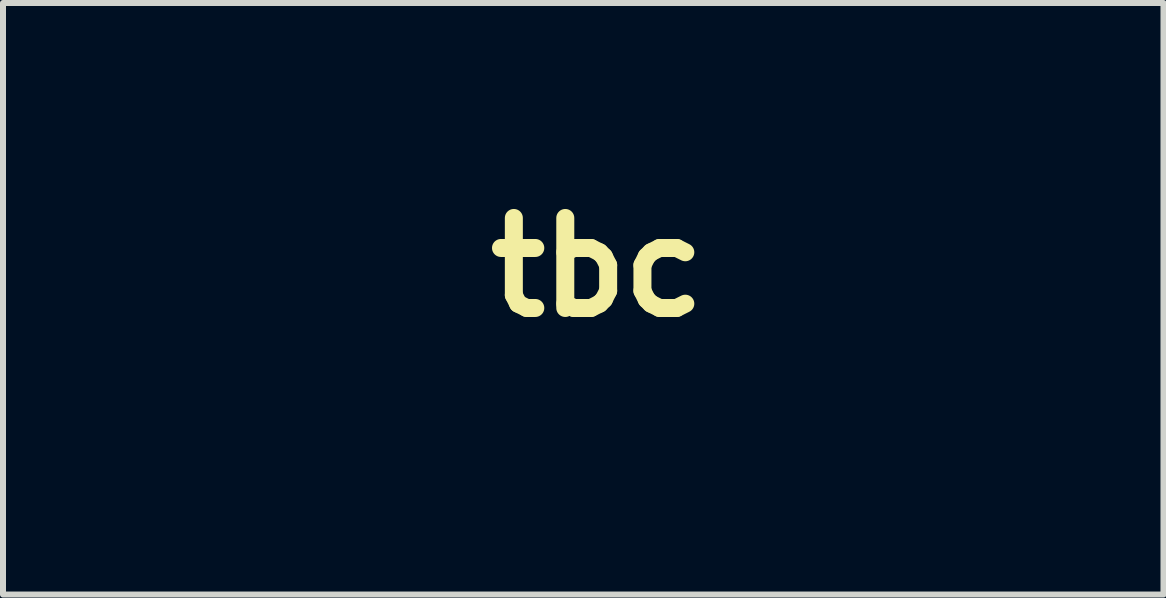
<source format=kicad_pcb>
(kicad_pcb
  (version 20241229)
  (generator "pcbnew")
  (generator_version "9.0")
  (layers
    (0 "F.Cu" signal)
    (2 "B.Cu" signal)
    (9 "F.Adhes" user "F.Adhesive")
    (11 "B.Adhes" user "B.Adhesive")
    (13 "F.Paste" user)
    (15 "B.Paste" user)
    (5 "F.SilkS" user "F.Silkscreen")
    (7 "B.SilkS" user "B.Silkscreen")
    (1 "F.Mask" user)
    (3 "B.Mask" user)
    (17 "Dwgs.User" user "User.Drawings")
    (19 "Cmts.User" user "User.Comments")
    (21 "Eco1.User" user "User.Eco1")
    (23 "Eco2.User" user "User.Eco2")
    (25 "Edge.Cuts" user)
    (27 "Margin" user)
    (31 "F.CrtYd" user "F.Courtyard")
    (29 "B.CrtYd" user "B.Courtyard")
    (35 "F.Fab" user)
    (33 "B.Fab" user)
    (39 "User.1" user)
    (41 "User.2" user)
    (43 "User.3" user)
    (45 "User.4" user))
  (footprint "tbc"
    (layer "F.Cu")
    (at 6.906 1.404)
    (property "Reference" "tbc" (at 0 0 0) (layer "F.SilkS") (effects (font (size 1.5 1.5) (thickness 0.3))))
    (attr board_only exclude_from_pos_files exclude_from_bom)
    (fp_poly (pts (xy -6.831 0.951) (xy -6.841 0.961) (xy -6.851 0.951) (xy -6.841 0.941)) (stroke (width 0) (type solid)) (fill yes) (layer "F.Mask"))
    (fp_poly (pts (xy -6.749 0.89) (xy -6.759 0.9) (xy -6.769 0.89) (xy -6.759 0.879)) (stroke (width 0) (type solid)) (fill yes) (layer "F.Mask"))
    (fp_poly (pts (xy -6.728 1.278) (xy -6.739 1.288) (xy -6.749 1.278) (xy -6.739 1.268)) (stroke (width 0) (type solid)) (fill yes) (layer "F.Mask"))
    (fp_poly (pts (xy -6.708 0.869) (xy -6.718 0.879) (xy -6.728 0.869) (xy -6.718 0.859)) (stroke (width 0) (type solid)) (fill yes) (layer "F.Mask"))
    (fp_poly (pts (xy -6.687 1.34) (xy -6.698 1.35) (xy -6.708 1.34) (xy -6.698 1.329)) (stroke (width 0) (type solid)) (fill yes) (layer "F.Mask"))
    (fp_poly (pts (xy -6.544 0.685) (xy -6.555 0.695) (xy -6.565 0.685) (xy -6.555 0.675)) (stroke (width 0) (type solid)) (fill yes) (layer "F.Mask"))
    (fp_poly (pts (xy -6.503 0.644) (xy -6.514 0.654) (xy -6.524 0.644) (xy -6.514 0.634)) (stroke (width 0) (type solid)) (fill yes) (layer "F.Mask"))
    (fp_poly (pts (xy -6.36 0.562) (xy -6.37 0.573) (xy -6.381 0.562) (xy -6.37 0.552)) (stroke (width 0) (type solid)) (fill yes) (layer "F.Mask"))
    (fp_poly (pts (xy -6.319 0.44) (xy -6.33 0.45) (xy -6.34 0.44) (xy -6.33 0.429)) (stroke (width 0) (type solid)) (fill yes) (layer "F.Mask"))
    (fp_poly (pts (xy -6.278 0.399) (xy -6.289 0.409) (xy -6.299 0.399) (xy -6.289 0.389)) (stroke (width 0) (type solid)) (fill yes) (layer "F.Mask"))
    (fp_poly (pts (xy -6.197 0.317) (xy -6.207 0.327) (xy -6.217 0.317) (xy -6.207 0.307)) (stroke (width 0) (type solid)) (fill yes) (layer "F.Mask"))
    (fp_poly (pts (xy -5.951 0.092) (xy -5.961 0.102) (xy -5.972 0.092) (xy -5.961 0.082)) (stroke (width 0) (type solid)) (fill yes) (layer "F.Mask"))
    (fp_poly (pts (xy -5.215 1.851) (xy -5.225 1.861) (xy -5.235 1.851) (xy -5.225 1.841)) (stroke (width 0) (type solid)) (fill yes) (layer "F.Mask"))
    (fp_poly (pts (xy -4.581 1.851) (xy -4.591 1.861) (xy -4.601 1.851) (xy -4.591 1.841)) (stroke (width 0) (type solid)) (fill yes) (layer "F.Mask"))
    (fp_poly (pts (xy -4.008 1.851) (xy -4.019 1.861) (xy -4.029 1.851) (xy -4.019 1.841)) (stroke (width 0) (type solid)) (fill yes) (layer "F.Mask"))
    (fp_poly (pts (xy -3.272 0.378) (xy -3.282 0.389) (xy -3.293 0.378) (xy -3.282 0.368)) (stroke (width 0) (type solid)) (fill yes) (layer "F.Mask"))
    (fp_poly (pts (xy -1.329 1.851) (xy -1.34 1.861) (xy -1.35 1.851) (xy -1.34 1.841)) (stroke (width 0) (type solid)) (fill yes) (layer "F.Mask"))
    (fp_poly (pts (xy -6.039 0.192) (xy -6.045 0.201) (xy -6.065 0.203) (xy -6.087 0.198) (xy -6.078 0.191) (xy -6.046 0.188)) (stroke (width 0) (type solid)) (fill yes) (layer "F.Mask"))
    (fp_poly (pts (xy -6.871 1.018) (xy -6.865 1.029) (xy -6.87 1.053) (xy -6.88 1.057) (xy -6.903 1.04) (xy -6.906 1.029) (xy -6.897 1.004) (xy -6.891 1.002)) (stroke (width 0) (type solid)) (fill yes) (layer "F.Mask"))
    (fp_poly (pts (xy -6.653 0.77) (xy -6.657 0.777) (xy -6.676 0.797) (xy -6.68 0.798) (xy -6.681 0.784) (xy -6.677 0.777) (xy -6.658 0.758) (xy -6.654 0.757)) (stroke (width 0) (type solid)) (fill yes) (layer "F.Mask"))
    (fp_poly (pts (xy -2.849 0.892) (xy -2.821 0.911) (xy -2.806 0.938) (xy -2.817 0.963) (xy -2.85 0.994) (xy -2.907 1.035) (xy -2.944 1.041) (xy -2.961 1.012) (xy -2.962 0.966) (xy -2.953 0.914) (xy -2.933 0.891) (xy -2.902 0.883)) (stroke (width 0) (type solid)) (fill yes) (layer "F.Mask"))
    (fp_poly (pts (xy 2.209 1.07) (xy 2.24 1.085) (xy 2.241 1.086) (xy 2.239 1.114) (xy 2.208 1.136) (xy 2.158 1.145) (xy 2.109 1.136) (xy 2.088 1.127) (xy 2.069 1.102) (xy 2.085 1.079) (xy 2.128 1.065) (xy 2.158 1.063)) (stroke (width 0) (type solid)) (fill yes) (layer "F.Mask"))
    (fp_poly (pts (xy -2.297 1.155) (xy -2.285 1.163) (xy -2.274 1.191) (xy -2.3 1.216) (xy -2.365 1.24) (xy -2.377 1.244) (xy -2.437 1.254) (xy -2.466 1.245) (xy -2.467 1.243) (xy -2.465 1.215) (xy -2.435 1.187) (xy -2.389 1.164) (xy -2.339 1.152)) (stroke (width 0) (type solid)) (fill yes) (layer "F.Mask"))
    (fp_poly (pts (xy 2.881 1.16) (xy 2.911 1.172) (xy 2.92 1.192) (xy 2.911 1.238) (xy 2.872 1.282) (xy 2.814 1.319) (xy 2.748 1.342) (xy 2.685 1.347) (xy 2.641 1.333) (xy 2.618 1.299) (xy 2.626 1.259) (xy 2.662 1.22) (xy 2.716 1.186) (xy 2.785 1.164) (xy 2.822 1.16)) (stroke (width 0) (type solid)) (fill yes) (layer "F.Mask"))
    (fp_poly (pts (xy -3.57 1.111) (xy -3.554 1.131) (xy -3.547 1.154) (xy -3.552 1.206) (xy -3.586 1.249) (xy -3.64 1.278) (xy -3.701 1.289) (xy -3.76 1.278) (xy -3.792 1.256) (xy -3.82 1.208) (xy -3.819 1.16) (xy -3.799 1.132) (xy -3.765 1.12) (xy -3.706 1.11) (xy -3.667 1.107) (xy -3.604 1.105)) (stroke (width 0) (type solid)) (fill yes) (layer "F.Mask"))
    (fp_poly (pts (xy -0.755 1.158) (xy -0.711 1.187) (xy -0.676 1.225) (xy -0.662 1.261) (xy -0.664 1.269) (xy -0.687 1.297) (xy -0.729 1.331) (xy -0.774 1.36) (xy -0.803 1.37) (xy -0.823 1.357) (xy -0.834 1.345) (xy -0.846 1.306) (xy -0.844 1.252) (xy -0.83 1.197) (xy -0.809 1.158) (xy -0.795 1.15)) (stroke (width 0) (type solid)) (fill yes) (layer "F.Mask"))
    (fp_poly (pts (xy -2.829 1.159) (xy -2.775 1.189) (xy -2.728 1.233) (xy -2.702 1.278) (xy -2.7 1.292) (xy -2.719 1.326) (xy -2.775 1.366) (xy -2.801 1.38) (xy -2.87 1.413) (xy -2.913 1.428) (xy -2.941 1.423) (xy -2.965 1.4) (xy -2.974 1.386) (xy -3.002 1.32) (xy -2.998 1.254) (xy -2.97 1.198) (xy -2.922 1.161) (xy -2.86 1.151)) (stroke (width 0) (type solid)) (fill yes) (layer "F.Mask"))
    (fp_poly (pts (xy 4.422 0.529) (xy 4.454 0.58) (xy 4.499 0.658) (xy 4.553 0.761) (xy 4.615 0.882) (xy 4.683 1.018) (xy 4.753 1.164) (xy 4.815 1.299) (xy 4.851 1.377) (xy 4.883 1.444) (xy 4.904 1.488) (xy 4.909 1.496) (xy 4.926 1.533) (xy 4.952 1.593) (xy 4.977 1.655) (xy 5.005 1.729) (xy 5.013 1.773) (xy 5.004 1.794) (xy 4.975 1.8) (xy 4.915 1.804) (xy 4.834 1.808) (xy 4.741 1.81) (xy 4.646 1.81) (xy 4.559 1.808) (xy 4.489 1.805) (xy 4.469 1.803) (xy 4.423 1.795) (xy 4.393 1.779) (xy 4.375 1.748) (xy 4.367 1.695) (xy 4.366 1.611) (xy 4.367 1.549) (xy 4.369 1.46) (xy 4.371 1.341) (xy 4.373 1.204) (xy 4.374 1.058) (xy 4.375 0.925) (xy 4.376 0.781) (xy 4.378 0.673) (xy 4.381 0.597) (xy 4.386 0.547) (xy 4.393 0.52) (xy 4.403 0.511) (xy 4.404 0.511)) (stroke (width 0) (type solid)) (fill yes) (layer "F.Mask"))
    (fp_poly (pts (xy 6.096 0.358) (xy 6.191 0.362) (xy 6.282 0.368) (xy 6.359 0.376) (xy 6.413 0.385) (xy 6.433 0.393) (xy 6.432 0.418) (xy 6.417 0.471) (xy 6.389 0.543) (xy 6.354 0.627) (xy 6.315 0.713) (xy 6.276 0.794) (xy 6.24 0.861) (xy 6.212 0.906) (xy 6.196 0.92) (xy 6.179 0.937) (xy 6.176 0.955) (xy 6.167 0.987) (xy 6.143 1.047) (xy 6.107 1.125) (xy 6.065 1.212) (xy 6.021 1.299) (xy 5.98 1.377) (xy 5.945 1.437) (xy 5.921 1.471) (xy 5.919 1.474) (xy 5.895 1.513) (xy 5.89 1.542) (xy 5.879 1.588) (xy 5.855 1.622) (xy 5.825 1.636) (xy 5.802 1.621) (xy 5.8 1.597) (xy 5.799 1.537) (xy 5.798 1.445) (xy 5.798 1.325) (xy 5.798 1.184) (xy 5.8 1.024) (xy 5.801 0.85) (xy 5.804 0.668) (xy 5.806 0.489) (xy 5.808 0.374) (xy 5.936 0.362) (xy 6.008 0.358)) (stroke (width 0) (type solid)) (fill yes) (layer "F.Mask"))
    (fp_poly (pts (xy 5.31 0.348) (xy 5.413 0.353) (xy 5.483 0.362) (xy 5.522 0.377) (xy 5.535 0.397) (xy 5.534 0.406) (xy 5.531 0.435) (xy 5.528 0.498) (xy 5.525 0.592) (xy 5.523 0.711) (xy 5.521 0.849) (xy 5.519 1) (xy 5.518 1.043) (xy 5.517 1.199) (xy 5.514 1.344) (xy 5.512 1.473) (xy 5.509 1.579) (xy 5.506 1.657) (xy 5.502 1.701) (xy 5.502 1.706) (xy 5.483 1.758) (xy 5.455 1.771) (xy 5.418 1.743) (xy 5.401 1.721) (xy 5.373 1.675) (xy 5.358 1.643) (xy 5.358 1.64) (xy 5.349 1.612) (xy 5.325 1.562) (xy 5.307 1.531) (xy 5.278 1.473) (xy 5.259 1.427) (xy 5.256 1.413) (xy 5.243 1.374) (xy 5.228 1.351) (xy 5.207 1.316) (xy 5.178 1.256) (xy 5.153 1.196) (xy 5.121 1.122) (xy 5.077 1.028) (xy 5.029 0.929) (xy 5.009 0.89) (xy 4.925 0.728) (xy 4.857 0.595) (xy 4.802 0.484) (xy 4.788 0.456) (xy 4.773 0.421) (xy 4.767 0.395) (xy 4.775 0.376) (xy 4.803 0.363) (xy 4.854 0.355) (xy 4.933 0.351) (xy 5.044 0.349) (xy 5.17 0.348)) (stroke (width 0) (type solid)) (fill yes) (layer "F.Mask"))
    (fp_poly (pts (xy -5.477 -0.307) (xy -5.468 -0.302) (xy -5.462 -0.288) (xy -5.459 -0.258) (xy -5.458 -0.206) (xy -5.458 -0.127) (xy -5.46 -0.015) (xy -5.46 0.027) (xy -5.461 0.144) (xy -5.46 0.226) (xy -5.455 0.282) (xy -5.447 0.319) (xy -5.434 0.342) (xy -5.429 0.348) (xy -5.417 0.359) (xy -5.4 0.368) (xy -5.372 0.374) (xy -5.33 0.379) (xy -5.269 0.383) (xy -5.185 0.385) (xy -5.073 0.387) (xy -4.928 0.388) (xy -4.768 0.389) (xy -4.611 0.39) (xy -4.466 0.39) (xy -4.339 0.391) (xy -4.235 0.391) (xy -4.159 0.391) (xy -4.117 0.391) (xy -4.111 0.391) (xy -4.08 0.39) (xy -4.017 0.389) (xy -3.929 0.386) (xy -3.825 0.384) (xy -3.783 0.382) (xy -3.685 0.38) (xy -3.608 0.381) (xy -3.559 0.383) (xy -3.542 0.387) (xy -3.548 0.389) (xy -3.556 0.395) (xy -3.526 0.4) (xy -3.462 0.403) (xy -3.367 0.405) (xy -3.364 0.405) (xy -3.256 0.404) (xy -3.189 0.4) (xy -3.162 0.394) (xy -3.17 0.387) (xy -3.197 0.376) (xy -3.189 0.374) (xy -3.149 0.379) (xy -3.102 0.383) (xy -3.024 0.388) (xy -2.926 0.392) (xy -2.818 0.396) (xy -2.802 0.397) (xy -2.699 0.399) (xy -2.636 0.4) (xy -2.612 0.398) (xy -2.628 0.394) (xy -2.659 0.389) (xy -2.706 0.383) (xy -2.723 0.379) (xy -2.707 0.377) (xy -2.656 0.376) (xy -2.567 0.376) (xy -2.533 0.376) (xy -2.438 0.378) (xy -2.362 0.382) (xy -2.313 0.388) (xy -2.297 0.394) (xy -2.298 0.395) (xy -2.299 0.402) (xy -2.27 0.396) (xy -2.245 0.394) (xy -2.182 0.393) (xy -2.083 0.391) (xy -1.975 0.39) (xy -1.984 0.399) (xy -1.974 0.409) (xy -1.969 0.404) (xy -0.4 0.404) (xy -0.38 0.407) (xy -0.354 0.404) (xy -0.353 0.397) (xy -0.381 0.392) (xy -0.392 0.395) (xy -0.4 0.404) (xy -1.969 0.404) (xy -1.963 0.399) (xy -1.972 0.39) (xy -1.952 0.39) (xy -1.791 0.389) (xy -1.603 0.388) (xy -1.391 0.387) (xy -1.157 0.387) (xy -0.904 0.386) (xy -0.634 0.386) (xy -0.351 0.385) (xy -0.057 0.385) (xy 0.245 0.385) (xy 0.552 0.385) (xy 0.862 0.385) (xy 1.172 0.385) (xy 1.48 0.386) (xy 1.781 0.386) (xy 2.075 0.387) (xy 2.358 0.387) (xy 2.627 0.388) (xy 2.88 0.389) (xy 3.114 0.39) (xy 3.326 0.391) (xy 3.513 0.392) (xy 3.673 0.393) (xy 3.804 0.395) (xy 3.902 0.396) (xy 3.964 0.398) (xy 3.988 0.399) (xy 3.989 0.399) (xy 3.993 0.422) (xy 3.995 0.479) (xy 3.997 0.566) (xy 3.997 0.677) (xy 3.996 0.805) (xy 3.994 0.946) (xy 3.991 1.093) (xy 3.988 1.24) (xy 3.983 1.383) (xy 3.979 1.514) (xy 3.974 1.629) (xy 3.969 1.721) (xy 3.964 1.785) (xy 3.958 1.815) (xy 3.958 1.816) (xy 3.936 1.818) (xy 3.876 1.82) (xy 3.781 1.822) (xy 3.653 1.823) (xy 3.496 1.825) (xy 3.312 1.827) (xy 3.104 1.828) (xy 2.875 1.83) (xy 2.627 1.831) (xy 2.364 1.833) (xy 2.088 1.834) (xy 1.803 1.835) (xy 1.51 1.836) (xy 1.213 1.837) (xy 0.914 1.837) (xy 0.617 1.838) (xy 0.324 1.838) (xy 0.038 1.839) (xy -0.238 1.839) (xy -0.501 1.839) (xy -0.749 1.838) (xy -0.979 1.838) (xy -1.187 1.837) (xy -1.372 1.836) (xy -1.53 1.835) (xy -1.619 1.834) (xy -1.739 1.834) (xy -1.837 1.836) (xy -1.907 1.839) (xy -1.944 1.845) (xy -1.948 1.849) (xy -1.949 1.858) (xy -1.957 1.855) (xy -1.98 1.853) (xy -2.041 1.85) (xy -2.136 1.848) (xy -2.262 1.846) (xy -2.415 1.844) (xy -2.592 1.842) (xy -2.789 1.84) (xy -3.004 1.838) (xy -3.232 1.837) (xy -3.359 1.836) (xy -3.592 1.835) (xy -3.812 1.834) (xy -4.016 1.832) (xy -4.2 1.83) (xy -4.362 1.828) (xy -4.497 1.826) (xy -4.604 1.823) (xy -4.678 1.821) (xy -4.716 1.819) (xy -4.72 1.818) (xy -4.73 1.813) (xy -4.772 1.81) (xy -4.839 1.809) (xy -4.922 1.809) (xy -5.013 1.811) (xy -5.104 1.814) (xy -5.187 1.819) (xy -5.253 1.824) (xy -5.293 1.829) (xy -5.359 1.833) (xy -5.39 1.819) (xy -5.419 1.802) (xy -5.429 1.802) (xy -5.432 1.824) (xy -5.437 1.88) (xy -5.443 1.963) (xy -5.448 2.065) (xy -5.452 2.132) (xy -5.457 2.253) (xy -5.462 2.339) (xy -5.468 2.396) (xy -5.475 2.431) (xy -5.485 2.448) (xy -5.499 2.453) (xy -5.514 2.454) (xy -5.551 2.447) (xy -5.563 2.435) (xy -5.577 2.412) (xy -5.613 2.372) (xy -5.648 2.338) (xy -5.709 2.281) (xy -5.767 2.224) (xy -5.791 2.199) (xy -5.826 2.166) (xy -5.847 2.154) (xy -5.849 2.156) (xy -5.861 2.158) (xy -5.889 2.138) (xy -5.916 2.106) (xy -5.919 2.093) (xy -5.905 2.093) (xy -5.895 2.11) (xy -5.89 2.116) (xy -5.861 2.145) (xy -5.85 2.138) (xy -5.849 2.129) (xy -5.865 2.107) (xy -5.883 2.098) (xy -5.905 2.093) (xy -5.919 2.093) (xy -5.921 2.086) (xy -5.93 2.066) (xy -5.962 2.026) (xy -6.011 1.975) (xy -6.018 1.968) (xy -6.072 1.915) (xy -6.145 1.842) (xy -6.231 1.757) (xy -6.319 1.667) (xy -6.347 1.638) (xy -6.425 1.561) (xy -6.494 1.497) (xy -6.548 1.451) (xy -6.582 1.427) (xy -6.591 1.425) (xy -6.602 1.425) (xy -6.599 1.417) (xy -6.607 1.395) (xy -6.641 1.353) (xy -6.693 1.299) (xy -6.728 1.265) (xy -6.79 1.207) (xy -6.839 1.159) (xy -6.867 1.126) (xy -6.871 1.118) (xy -6.859 1.092) (xy -6.841 1.071) (xy -6.821 1.038) (xy -6.822 1.02) (xy -6.82 1.006) (xy -6.812 1.007) (xy -6.792 0.995) (xy -6.748 0.957) (xy -6.684 0.899) (xy -6.662 0.878) (xy -4.555 0.878) (xy -4.551 0.899) (xy -4.523 0.913) (xy -4.461 0.919) (xy -4.389 0.917) (xy -4.244 0.91) (xy -4.251 1.158) (xy -4.252 1.259) (xy -4.252 1.348) (xy -4.249 1.415) (xy -4.244 1.45) (xy -4.219 1.485) (xy -4.185 1.493) (xy -4.156 1.473) (xy -4.149 1.447) (xy -4.148 1.408) (xy -4.147 1.339) (xy -4.148 1.25) (xy -4.148 1.176) (xy -4.148 1.169) (xy -3.918 1.169) (xy -3.907 1.255) (xy -3.866 1.33) (xy -3.818 1.371) (xy -3.781 1.394) (xy -3.754 1.406) (xy -3.726 1.406) (xy -3.684 1.394) (xy -3.618 1.37) (xy -3.605 1.366) (xy -3.576 1.355) (xy -3.092 1.355) (xy -3.091 1.421) (xy -3.085 1.463) (xy -3.074 1.49) (xy -3.057 1.51) (xy -3.048 1.517) (xy -2.985 1.548) (xy -2.91 1.546) (xy -2.818 1.511) (xy -2.802 1.503) (xy -2.717 1.458) (xy -2.66 1.432) (xy -2.622 1.423) (xy -2.595 1.43) (xy -2.568 1.454) (xy -2.539 1.488) (xy -2.471 1.568) (xy -2.325 1.565) (xy -2.233 1.559) (xy -2.162 1.546) (xy -2.132 1.533) (xy -2.098 1.495) (xy -2.087 1.449) (xy -2.1 1.41) (xy -2.118 1.398) (xy -2.161 1.396) (xy -2.195 1.407) (xy -2.257 1.427) (xy -2.332 1.437) (xy -2.405 1.437) (xy -2.459 1.426) (xy -2.469 1.42) (xy -2.49 1.39) (xy -2.476 1.364) (xy -2.458 1.358) (xy -2.352 1.339) (xy -2.278 1.316) (xy -2.225 1.285) (xy -2.203 1.265) (xy -2.167 1.227) (xy -2.157 1.2) (xy -2.16 1.194) (xy -1.564 1.194) (xy -1.558 1.293) (xy -1.525 1.377) (xy -1.467 1.44) (xy -1.387 1.478) (xy -1.288 1.485) (xy -1.21 1.473) (xy -1.133 1.454) (xy -1.12 1.449) (xy -1.066 1.423) (xy -1.045 1.392) (xy -1.043 1.375) (xy -1.057 1.33) (xy -1.098 1.314) (xy -1.161 1.329) (xy -1.178 1.337) (xy -1.248 1.359) (xy -1.324 1.37) (xy -1.331 1.37) (xy -1.386 1.366) (xy -1.417 1.348) (xy -1.441 1.303) (xy -1.443 1.298) (xy -1.457 1.243) (xy -0.94 1.243) (xy -0.939 1.312) (xy -0.934 1.371) (xy -0.925 1.403) (xy -0.876 1.443) (xy -0.805 1.468) (xy -0.765 1.472) (xy -0.717 1.464) (xy -0.678 1.435) (xy -0.647 1.395) (xy -0.611 1.331) (xy -0.584 1.267) (xy -0.58 1.251) (xy -0.585 1.182) (xy -0.613 1.137) (xy -0.527 1.137) (xy -0.522 1.161) (xy -0.512 1.222) (xy -0.509 1.288) (xy -0.504 1.362) (xy -0.489 1.404) (xy -0.467 1.412) (xy -0.441 1.385) (xy -0.426 1.349) (xy -0.401 1.306) (xy -0.363 1.269) (xy -0.323 1.244) (xy -0.291 1.239) (xy -0.279 1.252) (xy -0.256 1.33) (xy -0.236 1.375) (xy -0.216 1.396) (xy -0.194 1.401) (xy -0.166 1.393) (xy -0.156 1.363) (xy -0.155 1.328) (xy -0.167 1.261) (xy -0.193 1.2) (xy -0.193 1.2) (xy -0.228 1.162) (xy -0.276 1.147) (xy -0.309 1.145) (xy -0.359 1.15) (xy -0.387 1.162) (xy -0.389 1.166) (xy -0.399 1.186) (xy -0.422 1.18) (xy -0.442 1.153) (xy -0.444 1.145) (xy -0.471 1.111) (xy -0.496 1.104) (xy -0.523 1.111) (xy -0.527 1.137) (xy -0.613 1.137) (xy -0.621 1.123) (xy -0.679 1.079) (xy -0.75 1.056) (xy -0.825 1.06) (xy -0.858 1.073) (xy -0.903 1.104) (xy -0.928 1.136) (xy -0.936 1.179) (xy -0.94 1.243) (xy -1.457 1.243) (xy -1.462 1.224) (xy -1.451 1.152) (xy -1.409 1.073) (xy -1.362 1.013) (xy -1.311 0.962) (xy -0.018 0.962) (xy -0.017 0.986) (xy 0.006 1.025) (xy 0.056 1.047) (xy 0.123 1.065) (xy 0.123 1.214) (xy 0.124 1.293) (xy 0.131 1.344) (xy 0.146 1.378) (xy 0.173 1.409) (xy 0.179 1.415) (xy 0.224 1.453) (xy 0.262 1.477) (xy 0.266 1.479) (xy 0.318 1.489) (xy 0.383 1.49) (xy 0.441 1.484) (xy 0.467 1.475) (xy 0.485 1.441) (xy 0.481 1.414) (xy 0.473 1.4) (xy 0.595 1.4) (xy 0.596 1.433) (xy 0.612 1.451) (xy 0.612 1.451) (xy 0.656 1.461) (xy 0.692 1.431) (xy 0.706 1.396) (xy 0.865 1.396) (xy 0.867 1.422) (xy 0.893 1.448) (xy 0.93 1.447) (xy 0.966 1.421) (xy 0.984 1.386) (xy 1.012 1.319) (xy 1.057 1.259) (xy 1.107 1.219) (xy 1.141 1.208) (xy 1.171 1.211) (xy 1.181 1.23) (xy 1.176 1.276) (xy 1.174 1.283) (xy 1.165 1.337) (xy 1.161 1.368) (xy 1.162 1.392) (xy 1.163 1.404) (xy 1.183 1.432) (xy 1.222 1.442) (xy 1.26 1.429) (xy 1.278 1.393) (xy 1.287 1.33) (xy 1.286 1.261) (xy 1.439 1.261) (xy 1.452 1.365) (xy 1.484 1.434) (xy 1.536 1.468) (xy 1.609 1.466) (xy 1.696 1.432) (xy 1.758 1.385) (xy 1.808 1.318) (xy 1.831 1.267) (xy 1.952 1.267) (xy 1.957 1.326) (xy 1.963 1.349) (xy 2.009 1.402) (xy 2.078 1.45) (xy 2.155 1.482) (xy 2.209 1.491) (xy 2.289 1.474) (xy 2.362 1.435) (xy 2.416 1.388) (xy 2.442 1.344) (xy 2.438 1.316) (xy 2.515 1.316) (xy 2.522 1.37) (xy 2.546 1.407) (xy 2.595 1.433) (xy 2.678 1.455) (xy 2.685 1.456) (xy 2.75 1.469) (xy 2.792 1.469) (xy 2.826 1.454) (xy 2.863 1.424) (xy 2.92 1.386) (xy 2.959 1.38) (xy 2.977 1.406) (xy 2.977 1.413) (xy 2.992 1.494) (xy 3.024 1.542) (xy 3.06 1.554) (xy 3.098 1.545) (xy 3.108 1.509) (xy 3.108 1.508) (xy 3.103 1.462) (xy 3.09 1.396) (xy 3.08 1.358) (xy 3.066 1.296) (xy 3.064 1.245) (xy 3.074 1.189) (xy 3.093 1.123) (xy 3.119 1.042) (xy 3.145 0.966) (xy 3.162 0.92) (xy 3.183 0.856) (xy 3.202 0.781) (xy 3.216 0.706) (xy 3.222 0.646) (xy 3.22 0.611) (xy 3.219 0.61) (xy 3.193 0.593) (xy 3.161 0.612) (xy 3.128 0.664) (xy 3.107 0.716) (xy 3.079 0.79) (xy 3.052 0.859) (xy 3.038 0.89) (xy 3.01 0.955) (xy 2.99 1.012) (xy 2.98 1.043) (xy 2.966 1.061) (xy 2.94 1.067) (xy 2.893 1.064) (xy 2.816 1.053) (xy 2.799 1.05) (xy 2.701 1.054) (xy 2.619 1.092) (xy 2.557 1.159) (xy 2.522 1.251) (xy 2.515 1.316) (xy 2.438 1.316) (xy 2.437 1.31) (xy 2.402 1.293) (xy 2.358 1.301) (xy 2.31 1.33) (xy 2.31 1.33) (xy 2.262 1.36) (xy 2.204 1.366) (xy 2.18 1.363) (xy 2.123 1.349) (xy 2.076 1.325) (xy 2.048 1.299) (xy 2.049 1.278) (xy 2.074 1.27) (xy 2.127 1.261) (xy 2.17 1.257) (xy 2.263 1.238) (xy 2.321 1.198) (xy 2.349 1.135) (xy 2.352 1.098) (xy 2.339 1.04) (xy 2.296 0.987) (xy 2.285 0.977) (xy 2.236 0.942) (xy 2.195 0.922) (xy 2.186 0.92) (xy 2.143 0.929) (xy 2.085 0.949) (xy 2.028 0.975) (xy 1.989 0.999) (xy 1.981 1.007) (xy 1.968 1.047) (xy 1.958 1.114) (xy 1.953 1.192) (xy 1.952 1.267) (xy 1.831 1.267) (xy 1.844 1.24) (xy 1.861 1.161) (xy 1.858 1.092) (xy 1.83 1.043) (xy 1.828 1.041) (xy 1.799 1.025) (xy 1.774 1.043) (xy 1.768 1.051) (xy 1.75 1.102) (xy 1.752 1.145) (xy 1.748 1.221) (xy 1.707 1.284) (xy 1.654 1.32) (xy 1.597 1.343) (xy 1.561 1.338) (xy 1.541 1.302) (xy 1.534 1.23) (xy 1.534 1.207) (xy 1.531 1.134) (xy 1.522 1.095) (xy 1.506 1.084) (xy 1.47 1.097) (xy 1.448 1.139) (xy 1.44 1.213) (xy 1.439 1.261) (xy 1.286 1.261) (xy 1.286 1.255) (xy 1.275 1.18) (xy 1.266 1.148) (xy 1.243 1.103) (xy 1.208 1.086) (xy 1.178 1.084) (xy 1.125 1.091) (xy 1.088 1.108) (xy 1.069 1.115) (xy 1.049 1.091) (xy 1.033 1.057) (xy 1.001 1) (xy 0.972 0.983) (xy 0.949 1.007) (xy 0.935 1.069) (xy 0.923 1.139) (xy 0.904 1.224) (xy 0.89 1.272) (xy 0.872 1.34) (xy 0.865 1.396) (xy 0.706 1.396) (xy 0.715 1.373) (xy 0.734 1.276) (xy 0.734 1.198) (xy 0.714 1.146) (xy 0.677 1.125) (xy 0.673 1.125) (xy 0.644 1.136) (xy 0.634 1.174) (xy 0.634 1.186) (xy 0.629 1.244) (xy 0.615 1.316) (xy 0.609 1.34) (xy 0.595 1.4) (xy 0.473 1.4) (xy 0.465 1.386) (xy 0.43 1.373) (xy 0.378 1.37) (xy 0.309 1.362) (xy 0.265 1.334) (xy 0.242 1.279) (xy 0.235 1.191) (xy 0.235 1.184) (xy 0.235 1.074) (xy 0.327 1.067) (xy 0.407 1.055) (xy 0.45 1.032) (xy 0.456 0.998) (xy 0.449 0.979) (xy 0.422 0.953) (xy 0.372 0.942) (xy 0.337 0.941) (xy 0.285 0.939) (xy 0.257 0.93) (xy 0.245 0.902) (xy 0.244 0.889) (xy 0.612 0.889) (xy 0.617 0.916) (xy 0.641 0.967) (xy 0.67 0.981) (xy 0.696 0.958) (xy 0.711 0.902) (xy 0.712 0.894) (xy 0.711 0.837) (xy 0.692 0.809) (xy 0.685 0.805) (xy 0.643 0.804) (xy 0.617 0.835) (xy 0.612 0.889) (xy 0.244 0.889) (xy 0.243 0.848) (xy 0.245 0.803) (xy 0.244 0.745) (xy 0.231 0.72) (xy 0.217 0.716) (xy 0.192 0.728) (xy 0.174 0.769) (xy 0.162 0.844) (xy 0.159 0.869) (xy 0.149 0.913) (xy 0.121 0.93) (xy 0.092 0.932) (xy 0.027 0.936) (xy -0.007 0.944) (xy -0.018 0.962) (xy -1.311 0.962) (xy -1.302 0.952) (xy -1.252 0.923) (xy -1.229 0.92) (xy -1.164 0.909) (xy -1.131 0.879) (xy -1.128 0.848) (xy -1.149 0.803) (xy -1.19 0.787) (xy -1.255 0.799) (xy -1.312 0.822) (xy -1.393 0.867) (xy -1.451 0.924) (xy -1.486 0.974) (xy -1.541 1.086) (xy -1.564 1.194) (xy -2.16 1.194) (xy -2.171 1.17) (xy -2.181 1.154) (xy -2.235 1.099) (xy -2.312 1.07) (xy -2.394 1.063) (xy -2.448 1.068) (xy -2.485 1.088) (xy -2.522 1.132) (xy -2.531 1.144) (xy -2.576 1.202) (xy -2.609 1.223) (xy -2.637 1.21) (xy -2.655 1.181) (xy -2.684 1.13) (xy -2.704 1.1) (xy -2.717 1.068) (xy -2.7 1.034) (xy -2.692 1.025) (xy -2.669 0.993) (xy -2.667 0.958) (xy -2.681 0.912) (xy -2.725 0.846) (xy -2.798 0.795) (xy -2.889 0.765) (xy -2.973 0.761) (xy -3.026 0.767) (xy -3.051 0.782) (xy -3.058 0.819) (xy -3.059 0.849) (xy -3.063 0.916) (xy -3.071 0.975) (xy -3.073 0.982) (xy -3.079 1.023) (xy -3.084 1.094) (xy -3.088 1.184) (xy -3.09 1.256) (xy -3.092 1.355) (xy -3.576 1.355) (xy -3.537 1.34) (xy -3.497 1.318) (xy -3.477 1.29) (xy -3.466 1.249) (xy -3.464 1.238) (xy -3.454 1.164) (xy -3.46 1.113) (xy -3.486 1.069) (xy -3.518 1.034) (xy -3.55 1.003) (xy -3.579 0.987) (xy -3.617 0.983) (xy -3.676 0.988) (xy -3.716 0.994) (xy -3.791 1.005) (xy -3.836 1.018) (xy -3.865 1.04) (xy -3.888 1.074) (xy -3.893 1.084) (xy -3.918 1.169) (xy -4.148 1.169) (xy -4.148 1.082) (xy -4.145 1.003) (xy -4.14 0.947) (xy -4.135 0.926) (xy -4.099 0.906) (xy -4.025 0.901) (xy -3.914 0.912) (xy -3.911 0.912) (xy -3.854 0.917) (xy -3.823 0.908) (xy -3.811 0.89) (xy -3.815 0.848) (xy -3.838 0.816) (xy -3.881 0.793) (xy -3.953 0.777) (xy -4.041 0.767) (xy -4.135 0.764) (xy -4.221 0.769) (xy -4.287 0.782) (xy -4.305 0.789) (xy -4.368 0.811) (xy -4.426 0.818) (xy -4.486 0.827) (xy -4.533 0.849) (xy -4.555 0.878) (xy -6.662 0.878) (xy -6.606 0.825) (xy -6.518 0.74) (xy -6.425 0.647) (xy -6.33 0.552) (xy -6.238 0.459) (xy -6.181 0.398) (xy -3.887 0.398) (xy -3.867 0.401) (xy -3.815 0.403) (xy -3.814 0.403) (xy -3.76 0.402) (xy -3.736 0.399) (xy -3.747 0.394) (xy -3.809 0.391) (xy -3.87 0.394) (xy -3.887 0.398) (xy -6.181 0.398) (xy -6.155 0.372) (xy -6.145 0.36) (xy -5.474 0.36) (xy -5.471 0.368) (xy -5.444 0.388) (xy -5.438 0.389) (xy -5.426 0.376) (xy -5.43 0.368) (xy -5.457 0.348) (xy -5.463 0.348) (xy -5.474 0.36) (xy -6.145 0.36) (xy -6.084 0.295) (xy -6.03 0.235) (xy -6.006 0.205) (xy -5.956 0.144) (xy -5.89 0.07) (xy -5.815 -0.01) (xy -5.736 -0.09) (xy -5.659 -0.165) (xy -5.59 -0.23) (xy -5.535 -0.278) (xy -5.499 -0.304) (xy -5.49 -0.307)) (stroke (width 0) (type solid)) (fill yes) (layer "F.Mask")))
  (gr_rect
    (start -3 -3)
    (end 16.339 6.858)
    (stroke (width 0.1) (type default))
    (fill no)
    (layer "Edge.Cuts")))
</source>
